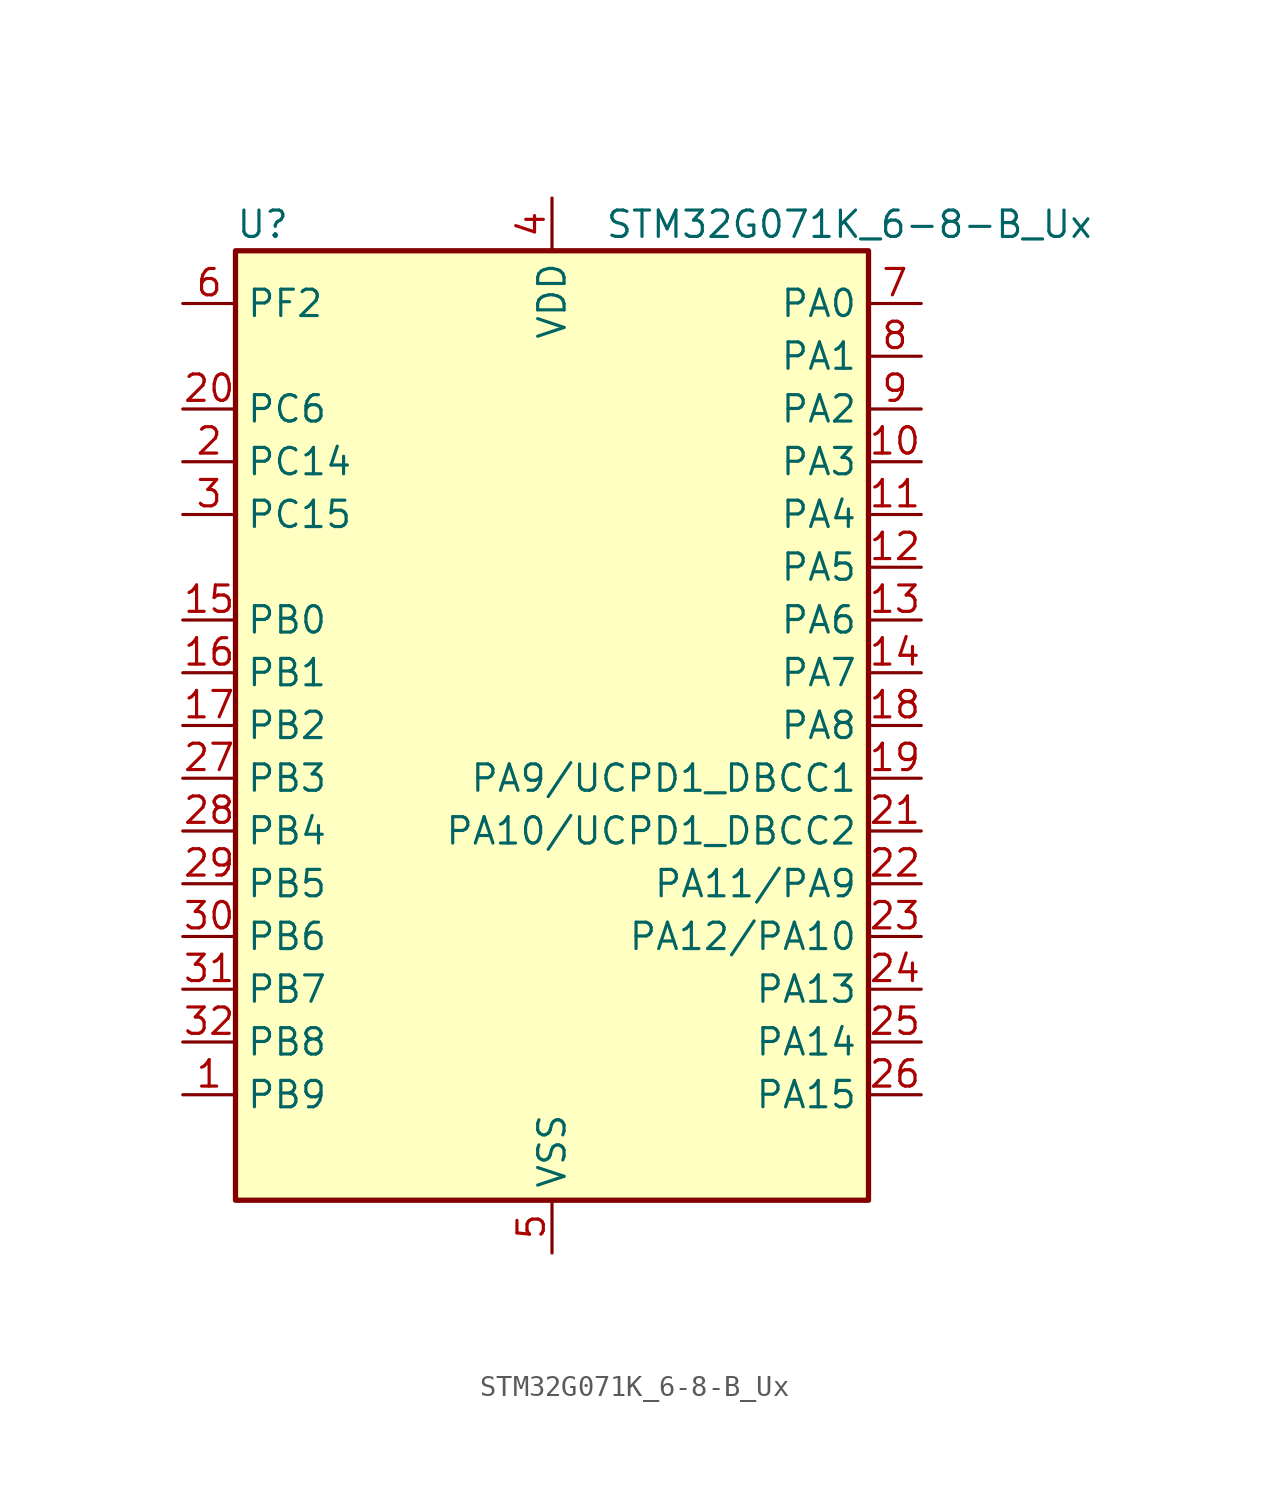
<source format=kicad_sym>
(kicad_symbol_lib
  (version 20231120)
  (generator "kicad_symbol_editor")
  (generator_version "8.0")
  (symbol "STM32G071K_6-8-B_Ux"
    (property "Reference" "U"
      (at -15.24 24.13 0)
      (effects (font (size 1.27 1.27)) (justify left)))
    (property "Value" "STM32G071K_6-8-B_Ux"
      (at 2.54 24.13 0)
      (effects (font (size 1.27 1.27)) (justify left)))
    (property "ki_locked" ""
      (at 0 0 0)
      (effects (font (size 1.27 1.27))))
    (symbol "STM32G071K_6-8-B_Ux_0_1"
      (rectangle (start -15.24 -22.86) (end 15.24 22.86) (stroke (width 0.254) (type default)) (fill (type background))))
    (symbol "STM32G071K_6-8-B_Ux_1_1"
      (pin bidirectional line (at -17.78 -17.78 0) (length 2.54) (name "PB9" (effects (font (size 1.27 1.27)))) (number "1" (effects (font (size 1.27 1.27)))) (alternate "DAC1_EXTI9" bidirectional line) (alternate "I2C1_SDA" bidirectional line) (alternate "IR_OUT" bidirectional line) (alternate "SPI2_NSS" bidirectional line) (alternate "TIM17_CH1" bidirectional line) (alternate "USART3_RX" bidirectional line))
      (pin bidirectional line (at 17.78 12.7 180) (length 2.54) (name "PA3" (effects (font (size 1.27 1.27)))) (number "10" (effects (font (size 1.27 1.27)))) (alternate "ADC1_IN3" bidirectional line) (alternate "COMP2_INP" bidirectional line) (alternate "LPUART1_RX" bidirectional line) (alternate "SPI2_MISO" bidirectional line) (alternate "TIM15_CH2" bidirectional line) (alternate "TIM2_CH4" bidirectional line) (alternate "USART2_RX" bidirectional line))
      (pin bidirectional line (at 17.78 10.16 180) (length 2.54) (name "PA4" (effects (font (size 1.27 1.27)))) (number "11" (effects (font (size 1.27 1.27)))) (alternate "ADC1_IN4" bidirectional line) (alternate "DAC1_OUT1" bidirectional line) (alternate "I2S1_WS" bidirectional line) (alternate "LPTIM2_OUT" bidirectional line) (alternate "RTC_OUT_ALARM" bidirectional line) (alternate "RTC_OUT_CALIB" bidirectional line) (alternate "RTC_TAMP_IN1" bidirectional line) (alternate "RTC_TS" bidirectional line) (alternate "SPI1_NSS" bidirectional line) (alternate "SPI2_MOSI" bidirectional line) (alternate "SYS_WKUP2" bidirectional line) (alternate "TIM14_CH1" bidirectional line))
      (pin bidirectional line (at 17.78 7.62 180) (length 2.54) (name "PA5" (effects (font (size 1.27 1.27)))) (number "12" (effects (font (size 1.27 1.27)))) (alternate "ADC1_IN5" bidirectional line) (alternate "CEC" bidirectional line) (alternate "DAC1_OUT2" bidirectional line) (alternate "I2S1_CK" bidirectional line) (alternate "LPTIM2_ETR" bidirectional line) (alternate "SPI1_SCK" bidirectional line) (alternate "TIM2_CH1" bidirectional line) (alternate "TIM2_ETR" bidirectional line) (alternate "UCPD1_FRSTX1" bidirectional line) (alternate "UCPD1_FRSTX2" bidirectional line) (alternate "USART3_TX" bidirectional line))
      (pin bidirectional line (at 17.78 5.08 180) (length 2.54) (name "PA6" (effects (font (size 1.27 1.27)))) (number "13" (effects (font (size 1.27 1.27)))) (alternate "ADC1_IN6" bidirectional line) (alternate "COMP1_OUT" bidirectional line) (alternate "I2S1_MCK" bidirectional line) (alternate "LPUART1_CTS" bidirectional line) (alternate "SPI1_MISO" bidirectional line) (alternate "TIM16_CH1" bidirectional line) (alternate "TIM1_BK" bidirectional line) (alternate "TIM3_CH1" bidirectional line) (alternate "USART3_CTS" bidirectional line) (alternate "USART3_NSS" bidirectional line))
      (pin bidirectional line (at 17.78 2.54 180) (length 2.54) (name "PA7" (effects (font (size 1.27 1.27)))) (number "14" (effects (font (size 1.27 1.27)))) (alternate "ADC1_IN7" bidirectional line) (alternate "COMP2_OUT" bidirectional line) (alternate "I2S1_SD" bidirectional line) (alternate "SPI1_MOSI" bidirectional line) (alternate "TIM14_CH1" bidirectional line) (alternate "TIM17_CH1" bidirectional line) (alternate "TIM1_CH1N" bidirectional line) (alternate "TIM3_CH2" bidirectional line) (alternate "UCPD1_FRSTX1" bidirectional line) (alternate "UCPD1_FRSTX2" bidirectional line))
      (pin bidirectional line (at -17.78 5.08 0) (length 2.54) (name "PB0" (effects (font (size 1.27 1.27)))) (number "15" (effects (font (size 1.27 1.27)))) (alternate "ADC1_IN8" bidirectional line) (alternate "COMP1_OUT" bidirectional line) (alternate "I2S1_WS" bidirectional line) (alternate "LPTIM1_OUT" bidirectional line) (alternate "SPI1_NSS" bidirectional line) (alternate "TIM1_CH2N" bidirectional line) (alternate "TIM3_CH3" bidirectional line) (alternate "UCPD1_FRSTX1" bidirectional line) (alternate "UCPD1_FRSTX2" bidirectional line) (alternate "USART3_RX" bidirectional line))
      (pin bidirectional line (at -17.78 2.54 0) (length 2.54) (name "PB1" (effects (font (size 1.27 1.27)))) (number "16" (effects (font (size 1.27 1.27)))) (alternate "ADC1_IN9" bidirectional line) (alternate "COMP1_INM" bidirectional line) (alternate "LPTIM2_IN1" bidirectional line) (alternate "LPUART1_DE" bidirectional line) (alternate "LPUART1_RTS" bidirectional line) (alternate "TIM14_CH1" bidirectional line) (alternate "TIM1_CH3N" bidirectional line) (alternate "TIM3_CH4" bidirectional line) (alternate "USART3_CK" bidirectional line) (alternate "USART3_DE" bidirectional line) (alternate "USART3_RTS" bidirectional line))
      (pin bidirectional line (at -17.78 0 0) (length 2.54) (name "PB2" (effects (font (size 1.27 1.27)))) (number "17" (effects (font (size 1.27 1.27)))) (alternate "ADC1_IN10" bidirectional line) (alternate "COMP1_INP" bidirectional line) (alternate "LPTIM1_OUT" bidirectional line) (alternate "SPI2_MISO" bidirectional line) (alternate "USART3_TX" bidirectional line))
      (pin bidirectional line (at 17.78 0 180) (length 2.54) (name "PA8" (effects (font (size 1.27 1.27)))) (number "18" (effects (font (size 1.27 1.27)))) (alternate "LPTIM2_OUT" bidirectional line) (alternate "RCC_MCO" bidirectional line) (alternate "SPI2_NSS" bidirectional line) (alternate "TIM1_CH1" bidirectional line) (alternate "UCPD1_CC1" bidirectional line))
      (pin bidirectional line (at 17.78 -2.54 180) (length 2.54) (name "PA9/UCPD1_DBCC1" (effects (font (size 1.27 1.27)))) (number "19" (effects (font (size 1.27 1.27)))) (alternate "DAC1_EXTI9" bidirectional line) (alternate "I2C1_SCL" bidirectional line) (alternate "RCC_MCO" bidirectional line) (alternate "SPI2_MISO" bidirectional line) (alternate "TIM15_BK" bidirectional line) (alternate "TIM1_CH2" bidirectional line) (alternate "UCPD1_DBCC1" bidirectional line) (alternate "USART1_TX" bidirectional line))
      (pin bidirectional line (at -17.78 12.7 0) (length 2.54) (name "PC14" (effects (font (size 1.27 1.27)))) (number "2" (effects (font (size 1.27 1.27)))) (alternate "RCC_OSC32_IN" bidirectional line) (alternate "RCC_OSC_IN" bidirectional line) (alternate "TIM1_BK2" bidirectional line))
      (pin bidirectional line (at -17.78 15.24 0) (length 2.54) (name "PC6" (effects (font (size 1.27 1.27)))) (number "20" (effects (font (size 1.27 1.27)))) (alternate "TIM2_CH3" bidirectional line) (alternate "TIM3_CH1" bidirectional line) (alternate "UCPD1_FRSTX1" bidirectional line) (alternate "UCPD1_FRSTX2" bidirectional line))
      (pin bidirectional line (at 17.78 -5.08 180) (length 2.54) (name "PA10/UCPD1_DBCC2" (effects (font (size 1.27 1.27)))) (number "21" (effects (font (size 1.27 1.27)))) (alternate "I2C1_SDA" bidirectional line) (alternate "SPI2_MOSI" bidirectional line) (alternate "TIM17_BK" bidirectional line) (alternate "TIM1_CH3" bidirectional line) (alternate "UCPD1_DBCC2" bidirectional line) (alternate "USART1_RX" bidirectional line))
      (pin bidirectional line (at 17.78 -7.62 180) (length 2.54) (name "PA11/PA9" (effects (font (size 1.27 1.27)))) (number "22" (effects (font (size 1.27 1.27)))) (alternate "ADC1_EXTI11" bidirectional line) (alternate "COMP1_OUT" bidirectional line) (alternate "I2C2_SCL" bidirectional line) (alternate "I2S1_MCK" bidirectional line) (alternate "SPI1_MISO" bidirectional line) (alternate "TIM1_BK2" bidirectional line) (alternate "TIM1_CH4" bidirectional line) (alternate "USART1_CTS" bidirectional line) (alternate "USART1_NSS" bidirectional line))
      (pin bidirectional line (at 17.78 -10.16 180) (length 2.54) (name "PA12/PA10" (effects (font (size 1.27 1.27)))) (number "23" (effects (font (size 1.27 1.27)))) (alternate "COMP2_OUT" bidirectional line) (alternate "I2C2_SDA" bidirectional line) (alternate "I2S1_SD" bidirectional line) (alternate "I2S_CKIN" bidirectional line) (alternate "SPI1_MOSI" bidirectional line) (alternate "TIM1_ETR" bidirectional line) (alternate "USART1_CK" bidirectional line) (alternate "USART1_DE" bidirectional line) (alternate "USART1_RTS" bidirectional line))
      (pin bidirectional line (at 17.78 -12.7 180) (length 2.54) (name "PA13" (effects (font (size 1.27 1.27)))) (number "24" (effects (font (size 1.27 1.27)))) (alternate "IR_OUT" bidirectional line) (alternate "SYS_SWDIO" bidirectional line))
      (pin bidirectional line (at 17.78 -15.24 180) (length 2.54) (name "PA14" (effects (font (size 1.27 1.27)))) (number "25" (effects (font (size 1.27 1.27)))) (alternate "SYS_SWCLK" bidirectional line) (alternate "USART2_TX" bidirectional line))
      (pin bidirectional line (at 17.78 -17.78 180) (length 2.54) (name "PA15" (effects (font (size 1.27 1.27)))) (number "26" (effects (font (size 1.27 1.27)))) (alternate "I2S1_WS" bidirectional line) (alternate "SPI1_NSS" bidirectional line) (alternate "TIM2_CH1" bidirectional line) (alternate "TIM2_ETR" bidirectional line) (alternate "USART2_RX" bidirectional line) (alternate "USART3_CK" bidirectional line) (alternate "USART3_DE" bidirectional line) (alternate "USART3_RTS" bidirectional line) (alternate "USART4_CK" bidirectional line) (alternate "USART4_DE" bidirectional line) (alternate "USART4_RTS" bidirectional line))
      (pin bidirectional line (at -17.78 -2.54 0) (length 2.54) (name "PB3" (effects (font (size 1.27 1.27)))) (number "27" (effects (font (size 1.27 1.27)))) (alternate "COMP2_INM" bidirectional line) (alternate "I2S1_CK" bidirectional line) (alternate "SPI1_SCK" bidirectional line) (alternate "TIM1_CH2" bidirectional line) (alternate "TIM2_CH2" bidirectional line) (alternate "USART1_CK" bidirectional line) (alternate "USART1_DE" bidirectional line) (alternate "USART1_RTS" bidirectional line))
      (pin bidirectional line (at -17.78 -5.08 0) (length 2.54) (name "PB4" (effects (font (size 1.27 1.27)))) (number "28" (effects (font (size 1.27 1.27)))) (alternate "COMP2_INP" bidirectional line) (alternate "I2S1_MCK" bidirectional line) (alternate "SPI1_MISO" bidirectional line) (alternate "TIM17_BK" bidirectional line) (alternate "TIM3_CH1" bidirectional line) (alternate "USART1_CTS" bidirectional line) (alternate "USART1_NSS" bidirectional line))
      (pin bidirectional line (at -17.78 -7.62 0) (length 2.54) (name "PB5" (effects (font (size 1.27 1.27)))) (number "29" (effects (font (size 1.27 1.27)))) (alternate "COMP2_OUT" bidirectional line) (alternate "I2C1_SMBA" bidirectional line) (alternate "I2S1_SD" bidirectional line) (alternate "LPTIM1_IN1" bidirectional line) (alternate "SPI1_MOSI" bidirectional line) (alternate "SYS_WKUP6" bidirectional line) (alternate "TIM16_BK" bidirectional line) (alternate "TIM3_CH2" bidirectional line))
      (pin bidirectional line (at -17.78 10.16 0) (length 2.54) (name "PC15" (effects (font (size 1.27 1.27)))) (number "3" (effects (font (size 1.27 1.27)))) (alternate "RCC_OSC32_EN" bidirectional line) (alternate "RCC_OSC32_OUT" bidirectional line) (alternate "RCC_OSC_EN" bidirectional line) (alternate "TIM15_BK" bidirectional line))
      (pin bidirectional line (at -17.78 -10.16 0) (length 2.54) (name "PB6" (effects (font (size 1.27 1.27)))) (number "30" (effects (font (size 1.27 1.27)))) (alternate "COMP2_INP" bidirectional line) (alternate "I2C1_SCL" bidirectional line) (alternate "LPTIM1_ETR" bidirectional line) (alternate "SPI2_MISO" bidirectional line) (alternate "TIM16_CH1N" bidirectional line) (alternate "TIM1_CH3" bidirectional line) (alternate "USART1_TX" bidirectional line))
      (pin bidirectional line (at -17.78 -12.7 0) (length 2.54) (name "PB7" (effects (font (size 1.27 1.27)))) (number "31" (effects (font (size 1.27 1.27)))) (alternate "COMP2_INM" bidirectional line) (alternate "I2C1_SDA" bidirectional line) (alternate "LPTIM1_IN2" bidirectional line) (alternate "SPI2_MOSI" bidirectional line) (alternate "SYS_PVD_IN" bidirectional line) (alternate "TIM17_CH1N" bidirectional line) (alternate "USART1_RX" bidirectional line) (alternate "USART4_CTS" bidirectional line) (alternate "USART4_NSS" bidirectional line))
      (pin bidirectional line (at -17.78 -15.24 0) (length 2.54) (name "PB8" (effects (font (size 1.27 1.27)))) (number "32" (effects (font (size 1.27 1.27)))) (alternate "CEC" bidirectional line) (alternate "I2C1_SCL" bidirectional line) (alternate "SPI2_SCK" bidirectional line) (alternate "TIM15_BK" bidirectional line) (alternate "TIM16_CH1" bidirectional line) (alternate "USART3_TX" bidirectional line))
      (pin passive line (at 0 -25.4 90) (length 2.54) hide (name "VSS" (effects (font (size 1.27 1.27)))) (number "33" (effects (font (size 1.27 1.27)))))
      (pin power_in line (at 0 25.4 270) (length 2.54) (name "VDD" (effects (font (size 1.27 1.27)))) (number "4" (effects (font (size 1.27 1.27)))))
      (pin power_in line (at 0 -25.4 90) (length 2.54) (name "VSS" (effects (font (size 1.27 1.27)))) (number "5" (effects (font (size 1.27 1.27)))))
      (pin bidirectional line (at -17.78 20.32 0) (length 2.54) (name "PF2" (effects (font (size 1.27 1.27)))) (number "6" (effects (font (size 1.27 1.27)))) (alternate "RCC_MCO" bidirectional line))
      (pin bidirectional line (at 17.78 20.32 180) (length 2.54) (name "PA0" (effects (font (size 1.27 1.27)))) (number "7" (effects (font (size 1.27 1.27)))) (alternate "ADC1_IN0" bidirectional line) (alternate "COMP1_INM" bidirectional line) (alternate "COMP1_OUT" bidirectional line) (alternate "LPTIM1_OUT" bidirectional line) (alternate "RTC_TAMP_IN2" bidirectional line) (alternate "SPI2_SCK" bidirectional line) (alternate "SYS_WKUP1" bidirectional line) (alternate "TIM2_CH1" bidirectional line) (alternate "TIM2_ETR" bidirectional line) (alternate "USART2_CTS" bidirectional line) (alternate "USART2_NSS" bidirectional line) (alternate "USART4_TX" bidirectional line))
      (pin bidirectional line (at 17.78 17.78 180) (length 2.54) (name "PA1" (effects (font (size 1.27 1.27)))) (number "8" (effects (font (size 1.27 1.27)))) (alternate "ADC1_IN1" bidirectional line) (alternate "COMP1_INP" bidirectional line) (alternate "I2C1_SMBA" bidirectional line) (alternate "I2S1_CK" bidirectional line) (alternate "SPI1_SCK" bidirectional line) (alternate "TIM15_CH1N" bidirectional line) (alternate "TIM2_CH2" bidirectional line) (alternate "USART2_CK" bidirectional line) (alternate "USART2_DE" bidirectional line) (alternate "USART2_RTS" bidirectional line) (alternate "USART4_RX" bidirectional line))
      (pin bidirectional line (at 17.78 15.24 180) (length 2.54) (name "PA2" (effects (font (size 1.27 1.27)))) (number "9" (effects (font (size 1.27 1.27)))) (alternate "ADC1_IN2" bidirectional line) (alternate "COMP2_INM" bidirectional line) (alternate "COMP2_OUT" bidirectional line) (alternate "I2S1_SD" bidirectional line) (alternate "LPUART1_TX" bidirectional line) (alternate "RCC_LSCO" bidirectional line) (alternate "SPI1_MOSI" bidirectional line) (alternate "SYS_WKUP4" bidirectional line) (alternate "TIM15_CH1" bidirectional line) (alternate "TIM2_CH3" bidirectional line) (alternate "UCPD1_FRSTX1" bidirectional line) (alternate "UCPD1_FRSTX2" bidirectional line) (alternate "USART2_TX" bidirectional line)))))
</source>
